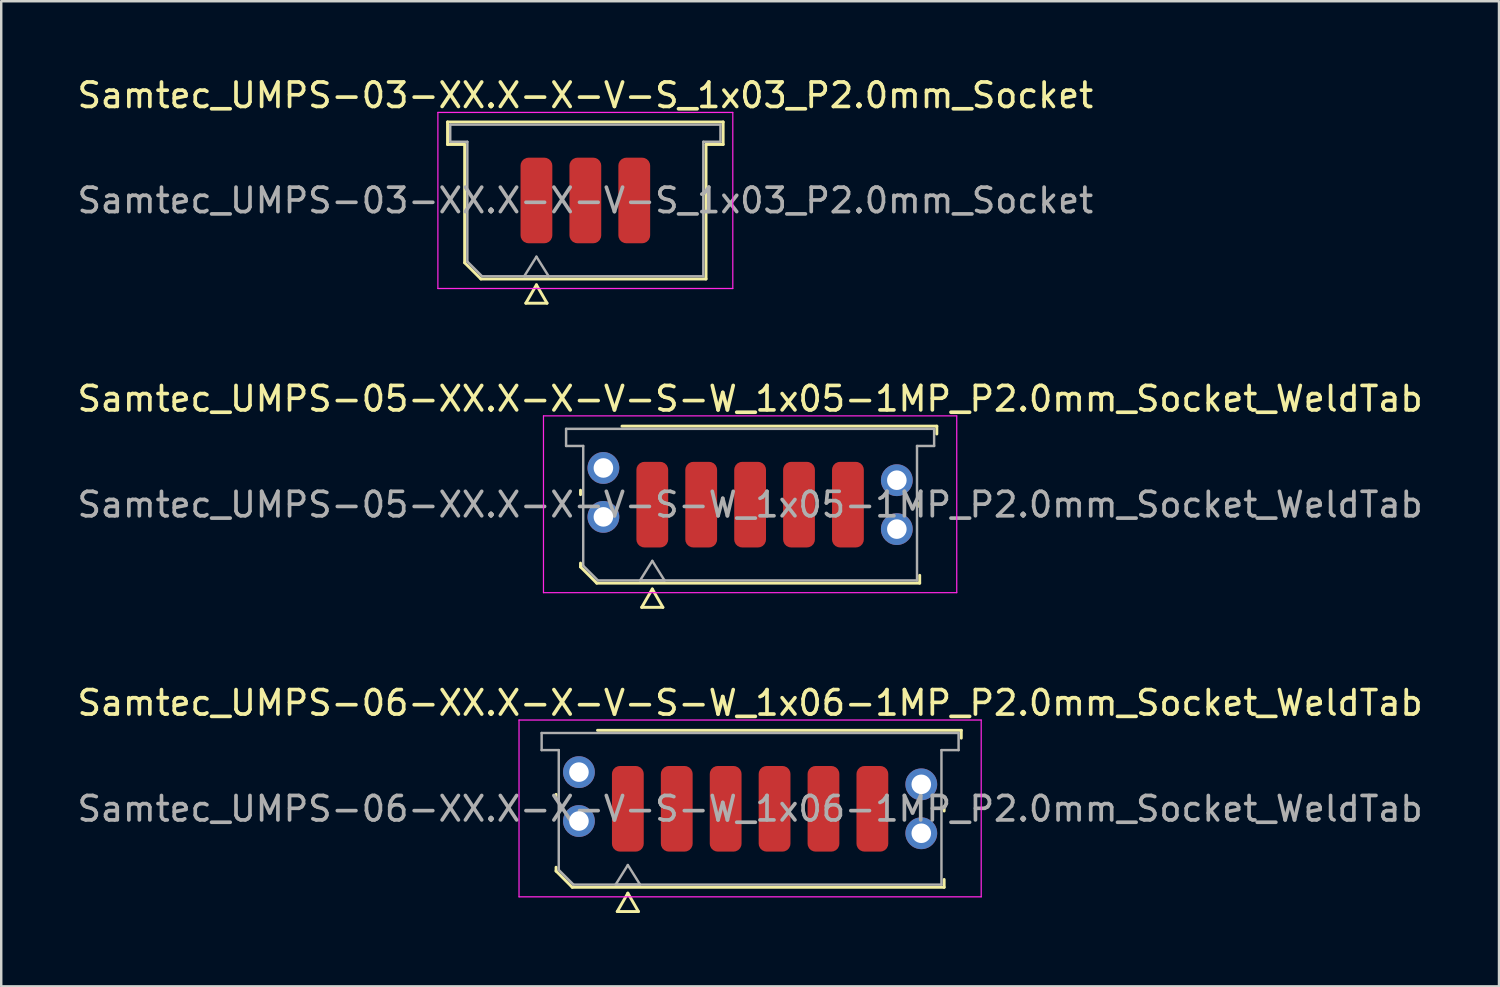
<source format=kicad_pcb>
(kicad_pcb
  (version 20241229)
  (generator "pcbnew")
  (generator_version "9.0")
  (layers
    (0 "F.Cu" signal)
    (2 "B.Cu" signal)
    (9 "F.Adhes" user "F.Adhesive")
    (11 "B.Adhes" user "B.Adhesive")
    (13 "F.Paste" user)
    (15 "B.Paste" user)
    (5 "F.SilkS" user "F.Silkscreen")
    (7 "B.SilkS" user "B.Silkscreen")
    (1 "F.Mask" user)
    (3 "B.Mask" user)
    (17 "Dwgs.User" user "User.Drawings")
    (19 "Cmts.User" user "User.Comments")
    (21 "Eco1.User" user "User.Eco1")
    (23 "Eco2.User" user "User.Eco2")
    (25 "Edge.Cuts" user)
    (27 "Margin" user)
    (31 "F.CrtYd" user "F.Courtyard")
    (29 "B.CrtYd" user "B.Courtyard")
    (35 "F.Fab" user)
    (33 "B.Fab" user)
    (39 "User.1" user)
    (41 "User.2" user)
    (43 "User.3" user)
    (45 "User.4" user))
  (footprint "Samtec_UMPS-06-XX.X-X-V-S-W_1x06-1MP_P2.0mm_Socket_WeldTab"
    (layer "F.Cu")
    (at 27.625 30.025)
    (property "Reference" "Samtec_UMPS-06-XX.X-X-V-S-W_1x06-1MP_P2.0mm_Socket_WeldTab" (at 0 -4.33 0) (layer "F.SilkS") (effects (font (size 1 1) (thickness 0.15))))
    (attr smd)
    (fp_line (start -7.935 -0.41) (end -7.935 -0.59) (stroke (width 0.12) (type solid)) (layer "F.SilkS"))
    (fp_line (start -7.935 2.546) (end -7.935 2.39) (stroke (width 0.12) (type solid)) (layer "F.SilkS"))
    (fp_line (start -7.271 3.21) (end -7.935 2.546) (stroke (width 0.12) (type solid)) (layer "F.SilkS"))
    (fp_line (start -6.24 -3.21) (end 8.635 -3.21) (stroke (width 0.12) (type solid)) (layer "F.SilkS"))
    (fp_line (start -5.433 4.2) (end -5 3.45) (stroke (width 0.12) (type solid)) (layer "F.SilkS"))
    (fp_line (start -5 3.45) (end -4.567 4.2) (stroke (width 0.12) (type solid)) (layer "F.SilkS"))
    (fp_line (start -4.567 4.2) (end -5.433 4.2) (stroke (width 0.12) (type solid)) (layer "F.SilkS"))
    (fp_line (start 7.935 -0.09) (end 7.935 0.09) (stroke (width 0.12) (type solid)) (layer "F.SilkS"))
    (fp_line (start 7.935 2.89) (end 7.935 3.21) (stroke (width 0.12) (type solid)) (layer "F.SilkS"))
    (fp_line (start 7.935 3.21) (end -7.271 3.21) (stroke (width 0.12) (type solid)) (layer "F.SilkS"))
    (fp_line (start 8.635 -3.21) (end 8.635 -2.89) (stroke (width 0.12) (type solid)) (layer "F.SilkS"))
    (fp_line (start -9.45 -3.63) (end -9.45 3.6) (stroke (width 0.05) (type solid)) (layer "F.CrtYd"))
    (fp_line (start -9.45 3.6) (end 9.45 3.6) (stroke (width 0.05) (type solid)) (layer "F.CrtYd"))
    (fp_line (start 9.45 -3.63) (end -9.45 -3.63) (stroke (width 0.05) (type solid)) (layer "F.CrtYd"))
    (fp_line (start 9.45 3.6) (end 9.45 -3.63) (stroke (width 0.05) (type solid)) (layer "F.CrtYd"))
    (fp_line (start -8.525 -3.1) (end 8.525 -3.1) (stroke (width 0.1) (type solid)) (layer "F.Fab"))
    (fp_line (start -8.525 -2.4) (end -8.525 -3.1) (stroke (width 0.1) (type solid)) (layer "F.Fab"))
    (fp_line (start -7.825 -2.4) (end -8.525 -2.4) (stroke (width 0.1) (type solid)) (layer "F.Fab"))
    (fp_line (start -7.825 2.5) (end -7.825 -2.4) (stroke (width 0.1) (type solid)) (layer "F.Fab"))
    (fp_line (start -7.225 3.1) (end -7.825 2.5) (stroke (width 0.1) (type solid)) (layer "F.Fab"))
    (fp_line (start -5.5 3.1) (end -5 2.3) (stroke (width 0.1) (type solid)) (layer "F.Fab"))
    (fp_line (start -5 2.3) (end -4.5 3.1) (stroke (width 0.1) (type solid)) (layer "F.Fab"))
    (fp_line (start -4.5 3.1) (end -5.5 3.1) (stroke (width 0.1) (type solid)) (layer "F.Fab"))
    (fp_line (start 7.825 -2.4) (end 7.825 3.1) (stroke (width 0.1) (type solid)) (layer "F.Fab"))
    (fp_line (start 7.825 3.1) (end -7.225 3.1) (stroke (width 0.1) (type solid)) (layer "F.Fab"))
    (fp_line (start 8.525 -3.1) (end 8.525 -2.4) (stroke (width 0.1) (type solid)) (layer "F.Fab"))
    (fp_line (start 8.525 -2.4) (end 7.825 -2.4) (stroke (width 0.1) (type solid)) (layer "F.Fab"))
    (fp_text user "${REFERENCE}" (at 0 0 0) (layer "F.Fab") (effects (font (size 1 1) (thickness 0.15))))
    (pad "" smd rect (at -7.725 -1.99) (size 2.45 2.28) (layers "F.Paste"))
    (pad "" smd rect (at -7.725 0.99) (size 2.45 2.28) (layers "F.Paste"))
    (pad "" smd rect (at 7.725 -1.49) (size 2.45 2.28) (layers "F.Paste"))
    (pad "" smd rect (at 7.725 1.49) (size 2.45 2.28) (layers "F.Paste"))
    (pad "1" smd roundrect (at -5 0) (size 1.3 3.5) (layers "F.Cu" "F.Mask" "F.Paste") (roundrect_rratio 0.25))
    (pad "2" smd roundrect (at -3 0) (size 1.3 3.5) (layers "F.Cu" "F.Mask" "F.Paste") (roundrect_rratio 0.25))
    (pad "3" smd roundrect (at -1 0) (size 1.3 3.5) (layers "F.Cu" "F.Mask" "F.Paste") (roundrect_rratio 0.25))
    (pad "4" smd roundrect (at 1 0) (size 1.3 3.5) (layers "F.Cu" "F.Mask" "F.Paste") (roundrect_rratio 0.25))
    (pad "5" smd roundrect (at 3 0) (size 1.3 3.5) (layers "F.Cu" "F.Mask" "F.Paste") (roundrect_rratio 0.25))
    (pad "6" smd roundrect (at 5 0) (size 1.3 3.5) (layers "F.Cu" "F.Mask" "F.Paste") (roundrect_rratio 0.25))
    (pad "MP" thru_hole circle (at -7 -1.5) (size 1.3 1.3) (drill 0.8) (layers "*.Cu" "*.Mask"))
    (pad "MP" thru_hole circle (at -7 0.5) (size 1.3 1.3) (drill 0.8) (layers "*.Cu" "*.Mask"))
    (pad "MP" thru_hole circle (at 7 -1) (size 1.3 1.3) (drill 0.8) (layers "*.Cu" "*.Mask"))
    (pad "MP" thru_hole circle (at 7 1) (size 1.3 1.3) (drill 0.8) (layers "*.Cu" "*.Mask")))
  (footprint "Samtec_UMPS-05-XX.X-X-V-S-W_1x05-1MP_P2.0mm_Socket_WeldTab"
    (layer "F.Cu")
    (at 27.625 17.587)
    (property "Reference" "Samtec_UMPS-05-XX.X-X-V-S-W_1x05-1MP_P2.0mm_Socket_WeldTab" (at 0 -4.33 0) (layer "F.SilkS") (effects (font (size 1 1) (thickness 0.15))))
    (attr smd)
    (fp_line (start -6.935 -0.41) (end -6.935 -0.59) (stroke (width 0.12) (type solid)) (layer "F.SilkS"))
    (fp_line (start -6.935 2.546) (end -6.935 2.39) (stroke (width 0.12) (type solid)) (layer "F.SilkS"))
    (fp_line (start -6.271 3.21) (end -6.935 2.546) (stroke (width 0.12) (type solid)) (layer "F.SilkS"))
    (fp_line (start -5.24 -3.21) (end 7.635 -3.21) (stroke (width 0.12) (type solid)) (layer "F.SilkS"))
    (fp_line (start -4.433 4.2) (end -4 3.45) (stroke (width 0.12) (type solid)) (layer "F.SilkS"))
    (fp_line (start -4 3.45) (end -3.567 4.2) (stroke (width 0.12) (type solid)) (layer "F.SilkS"))
    (fp_line (start -3.567 4.2) (end -4.433 4.2) (stroke (width 0.12) (type solid)) (layer "F.SilkS"))
    (fp_line (start 6.935 -0.09) (end 6.935 0.09) (stroke (width 0.12) (type solid)) (layer "F.SilkS"))
    (fp_line (start 6.935 2.89) (end 6.935 3.21) (stroke (width 0.12) (type solid)) (layer "F.SilkS"))
    (fp_line (start 6.935 3.21) (end -6.271 3.21) (stroke (width 0.12) (type solid)) (layer "F.SilkS"))
    (fp_line (start 7.635 -3.21) (end 7.635 -2.89) (stroke (width 0.12) (type solid)) (layer "F.SilkS"))
    (fp_line (start -8.45 -3.63) (end -8.45 3.6) (stroke (width 0.05) (type solid)) (layer "F.CrtYd"))
    (fp_line (start -8.45 3.6) (end 8.45 3.6) (stroke (width 0.05) (type solid)) (layer "F.CrtYd"))
    (fp_line (start 8.45 -3.63) (end -8.45 -3.63) (stroke (width 0.05) (type solid)) (layer "F.CrtYd"))
    (fp_line (start 8.45 3.6) (end 8.45 -3.63) (stroke (width 0.05) (type solid)) (layer "F.CrtYd"))
    (fp_line (start -7.525 -3.1) (end 7.525 -3.1) (stroke (width 0.1) (type solid)) (layer "F.Fab"))
    (fp_line (start -7.525 -2.4) (end -7.525 -3.1) (stroke (width 0.1) (type solid)) (layer "F.Fab"))
    (fp_line (start -6.825 -2.4) (end -7.525 -2.4) (stroke (width 0.1) (type solid)) (layer "F.Fab"))
    (fp_line (start -6.825 2.5) (end -6.825 -2.4) (stroke (width 0.1) (type solid)) (layer "F.Fab"))
    (fp_line (start -6.225 3.1) (end -6.825 2.5) (stroke (width 0.1) (type solid)) (layer "F.Fab"))
    (fp_line (start -4.5 3.1) (end -4 2.3) (stroke (width 0.1) (type solid)) (layer "F.Fab"))
    (fp_line (start -4 2.3) (end -3.5 3.1) (stroke (width 0.1) (type solid)) (layer "F.Fab"))
    (fp_line (start -3.5 3.1) (end -4.5 3.1) (stroke (width 0.1) (type solid)) (layer "F.Fab"))
    (fp_line (start 6.825 -2.4) (end 6.825 3.1) (stroke (width 0.1) (type solid)) (layer "F.Fab"))
    (fp_line (start 6.825 3.1) (end -6.225 3.1) (stroke (width 0.1) (type solid)) (layer "F.Fab"))
    (fp_line (start 7.525 -3.1) (end 7.525 -2.4) (stroke (width 0.1) (type solid)) (layer "F.Fab"))
    (fp_line (start 7.525 -2.4) (end 6.825 -2.4) (stroke (width 0.1) (type solid)) (layer "F.Fab"))
    (fp_text user "${REFERENCE}" (at 0 0 0) (layer "F.Fab") (effects (font (size 1 1) (thickness 0.15))))
    (pad "" smd rect (at -6.725 -1.99) (size 2.45 2.28) (layers "F.Paste"))
    (pad "" smd rect (at -6.725 0.99) (size 2.45 2.28) (layers "F.Paste"))
    (pad "" smd rect (at 6.725 -1.49) (size 2.45 2.28) (layers "F.Paste"))
    (pad "" smd rect (at 6.725 1.49) (size 2.45 2.28) (layers "F.Paste"))
    (pad "1" smd roundrect (at -4 0) (size 1.3 3.5) (layers "F.Cu" "F.Mask" "F.Paste") (roundrect_rratio 0.25))
    (pad "2" smd roundrect (at -2 0) (size 1.3 3.5) (layers "F.Cu" "F.Mask" "F.Paste") (roundrect_rratio 0.25))
    (pad "3" smd roundrect (at 0 0) (size 1.3 3.5) (layers "F.Cu" "F.Mask" "F.Paste") (roundrect_rratio 0.25))
    (pad "4" smd roundrect (at 2 0) (size 1.3 3.5) (layers "F.Cu" "F.Mask" "F.Paste") (roundrect_rratio 0.25))
    (pad "5" smd roundrect (at 4 0) (size 1.3 3.5) (layers "F.Cu" "F.Mask" "F.Paste") (roundrect_rratio 0.25))
    (pad "MP" thru_hole circle (at -6 -1.5) (size 1.3 1.3) (drill 0.8) (layers "*.Cu" "*.Mask"))
    (pad "MP" thru_hole circle (at -6 0.5) (size 1.3 1.3) (drill 0.8) (layers "*.Cu" "*.Mask"))
    (pad "MP" thru_hole circle (at 6 -1) (size 1.3 1.3) (drill 0.8) (layers "*.Cu" "*.Mask"))
    (pad "MP" thru_hole circle (at 6 1) (size 1.3 1.3) (drill 0.8) (layers "*.Cu" "*.Mask")))
  (footprint "Samtec_UMPS-03-XX.X-X-V-S_1x03_P2.0mm_Socket"
    (layer "F.Cu")
    (at 20.887 5.148)
    (property "Reference" "Samtec_UMPS-03-XX.X-X-V-S_1x03_P2.0mm_Socket" (at 0 -4.3 0) (layer "F.SilkS") (effects (font (size 1 1) (thickness 0.15))))
    (attr smd)
    (fp_line (start -5.635 -3.21) (end 5.635 -3.21) (stroke (width 0.12) (type solid)) (layer "F.SilkS"))
    (fp_line (start -5.635 -2.29) (end -5.635 -3.21) (stroke (width 0.12) (type solid)) (layer "F.SilkS"))
    (fp_line (start -4.935 -2.29) (end -5.635 -2.29) (stroke (width 0.12) (type solid)) (layer "F.SilkS"))
    (fp_line (start -4.935 2.546) (end -4.935 -2.29) (stroke (width 0.12) (type solid)) (layer "F.SilkS"))
    (fp_line (start -4.271 3.21) (end -4.935 2.546) (stroke (width 0.12) (type solid)) (layer "F.SilkS"))
    (fp_line (start -2.433 4.2) (end -2 3.45) (stroke (width 0.12) (type solid)) (layer "F.SilkS"))
    (fp_line (start -2 3.45) (end -1.567 4.2) (stroke (width 0.12) (type solid)) (layer "F.SilkS"))
    (fp_line (start -1.567 4.2) (end -2.433 4.2) (stroke (width 0.12) (type solid)) (layer "F.SilkS"))
    (fp_line (start 4.935 -2.29) (end 4.935 3.21) (stroke (width 0.12) (type solid)) (layer "F.SilkS"))
    (fp_line (start 4.935 3.21) (end -4.271 3.21) (stroke (width 0.12) (type solid)) (layer "F.SilkS"))
    (fp_line (start 5.635 -3.21) (end 5.635 -2.29) (stroke (width 0.12) (type solid)) (layer "F.SilkS"))
    (fp_line (start 5.635 -2.29) (end 4.935 -2.29) (stroke (width 0.12) (type solid)) (layer "F.SilkS"))
    (fp_line (start -6.03 -3.6) (end -6.03 3.6) (stroke (width 0.05) (type solid)) (layer "F.CrtYd"))
    (fp_line (start -6.03 3.6) (end 6.03 3.6) (stroke (width 0.05) (type solid)) (layer "F.CrtYd"))
    (fp_line (start 6.03 -3.6) (end -6.03 -3.6) (stroke (width 0.05) (type solid)) (layer "F.CrtYd"))
    (fp_line (start 6.03 3.6) (end 6.03 -3.6) (stroke (width 0.05) (type solid)) (layer "F.CrtYd"))
    (fp_line (start -5.525 -3.1) (end 5.525 -3.1) (stroke (width 0.1) (type solid)) (layer "F.Fab"))
    (fp_line (start -5.525 -2.4) (end -5.525 -3.1) (stroke (width 0.1) (type solid)) (layer "F.Fab"))
    (fp_line (start -4.825 -2.4) (end -5.525 -2.4) (stroke (width 0.1) (type solid)) (layer "F.Fab"))
    (fp_line (start -4.825 2.5) (end -4.825 -2.4) (stroke (width 0.1) (type solid)) (layer "F.Fab"))
    (fp_line (start -4.225 3.1) (end -4.825 2.5) (stroke (width 0.1) (type solid)) (layer "F.Fab"))
    (fp_line (start -2.5 3.1) (end -2 2.3) (stroke (width 0.1) (type solid)) (layer "F.Fab"))
    (fp_line (start -2 2.3) (end -1.5 3.1) (stroke (width 0.1) (type solid)) (layer "F.Fab"))
    (fp_line (start -1.5 3.1) (end -2.5 3.1) (stroke (width 0.1) (type solid)) (layer "F.Fab"))
    (fp_line (start 4.825 -2.4) (end 4.825 3.1) (stroke (width 0.1) (type solid)) (layer "F.Fab"))
    (fp_line (start 4.825 3.1) (end -4.225 3.1) (stroke (width 0.1) (type solid)) (layer "F.Fab"))
    (fp_line (start 5.525 -3.1) (end 5.525 -2.4) (stroke (width 0.1) (type solid)) (layer "F.Fab"))
    (fp_line (start 5.525 -2.4) (end 4.825 -2.4) (stroke (width 0.1) (type solid)) (layer "F.Fab"))
    (fp_text user "${REFERENCE}" (at 0 0 0) (layer "F.Fab") (effects (font (size 1 1) (thickness 0.15))))
    (pad "1" smd roundrect (at -2 0) (size 1.3 3.5) (layers "F.Cu" "F.Mask" "F.Paste") (roundrect_rratio 0.25))
    (pad "2" smd roundrect (at 0 0) (size 1.3 3.5) (layers "F.Cu" "F.Mask" "F.Paste") (roundrect_rratio 0.25))
    (pad "3" smd roundrect (at 2 0) (size 1.3 3.5) (layers "F.Cu" "F.Mask" "F.Paste") (roundrect_rratio 0.25)))
  (gr_rect
    (start -3 -3)
    (end 58.25 37.285)
    (stroke (width 0.1) (type default))
    (fill no)
    (layer "Edge.Cuts")))
</source>
